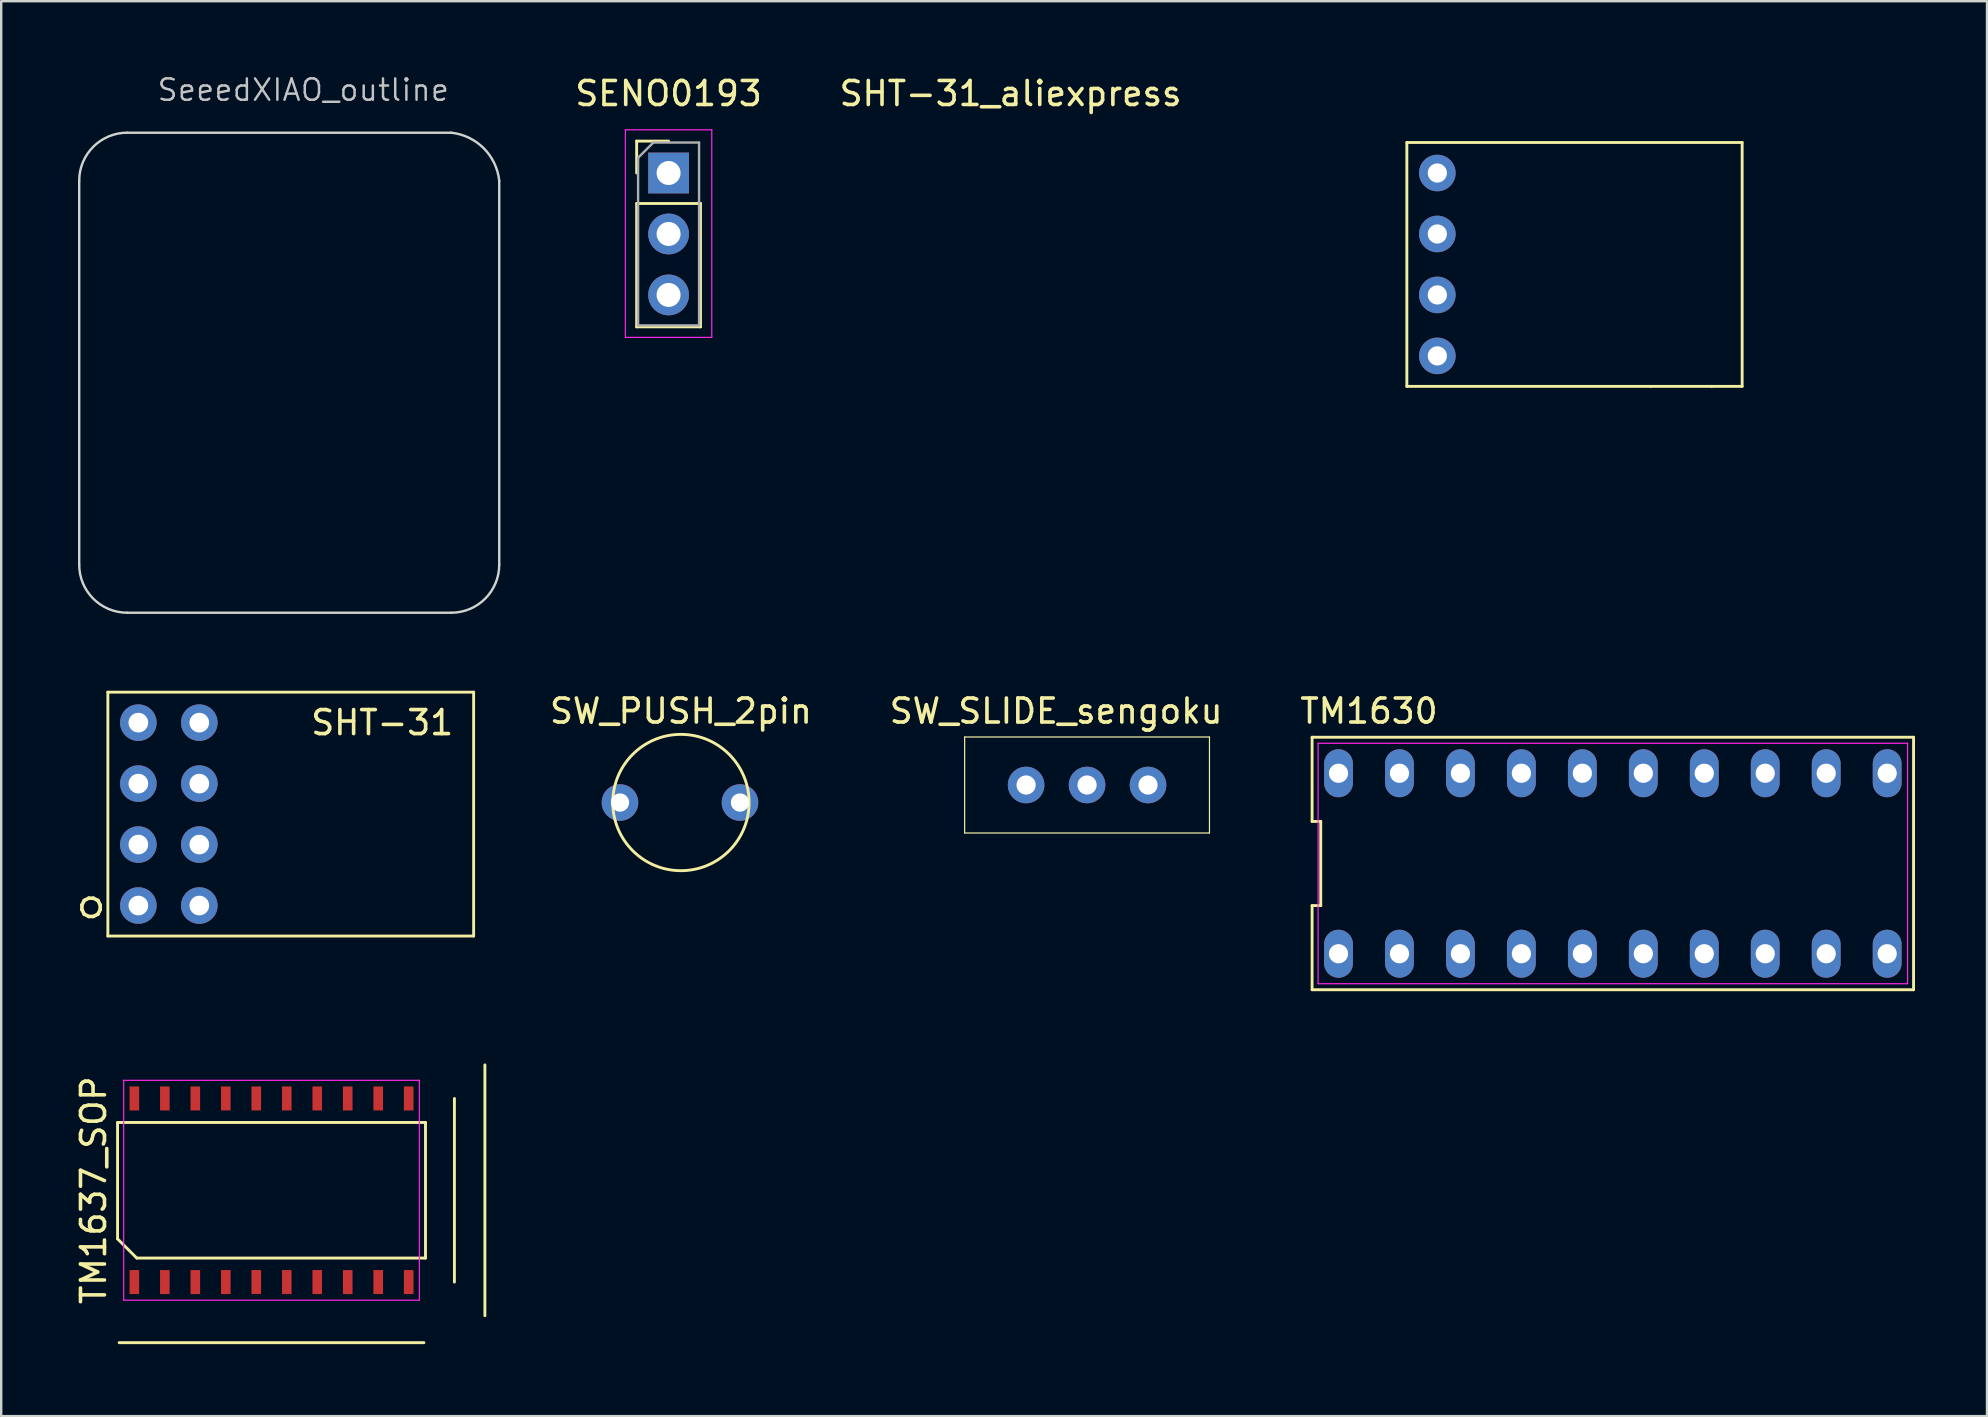
<source format=kicad_pcb>
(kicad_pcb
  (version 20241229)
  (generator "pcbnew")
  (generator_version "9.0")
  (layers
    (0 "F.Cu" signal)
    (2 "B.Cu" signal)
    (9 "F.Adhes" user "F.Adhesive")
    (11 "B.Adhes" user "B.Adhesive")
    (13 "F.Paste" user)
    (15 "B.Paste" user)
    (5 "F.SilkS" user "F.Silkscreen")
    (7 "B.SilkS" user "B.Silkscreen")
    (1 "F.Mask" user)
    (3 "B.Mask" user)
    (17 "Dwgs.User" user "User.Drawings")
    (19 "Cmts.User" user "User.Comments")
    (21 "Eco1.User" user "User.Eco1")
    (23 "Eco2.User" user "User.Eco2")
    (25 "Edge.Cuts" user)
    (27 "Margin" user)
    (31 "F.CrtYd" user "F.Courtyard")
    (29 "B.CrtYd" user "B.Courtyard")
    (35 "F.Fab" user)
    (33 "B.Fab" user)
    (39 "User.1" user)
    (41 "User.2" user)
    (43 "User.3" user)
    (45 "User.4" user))
  (footprint "SHT-31_aliexpress"
    (layer "F.Cu")
    (at 55.566 13.048)
    (property "Reference" "SHT-31_aliexpress" (at -16.51 -12.2 0) (layer "F.SilkS") (effects (font (size 1 1) (thickness 0.15))))
    (attr through_hole)
    (fp_line (start 0 -10.16) (end 13.97 -10.16) (stroke (width 0.12) (type solid)) (layer "F.SilkS"))
    (fp_line (start 0 0) (end 0 -10.16) (stroke (width 0.12) (type solid)) (layer "F.SilkS"))
    (fp_line (start 0 0) (end 10.16 0) (stroke (width 0.12) (type solid)) (layer "F.SilkS"))
    (fp_line (start 10.16 0) (end 12.7 0) (stroke (width 0.12) (type solid)) (layer "F.SilkS"))
    (fp_line (start 12.7 0) (end 13.97 0) (stroke (width 0.12) (type solid)) (layer "F.SilkS"))
    (fp_line (start 13.97 -10.16) (end 13.97 0) (stroke (width 0.12) (type solid)) (layer "F.SilkS"))
    (pad "1" thru_hole circle (at 1.27 -6.35) (size 1.524 1.524) (drill 0.8) (layers "*.Cu" "*.Mask"))
    (pad "2" thru_hole circle (at 1.27 -1.27) (size 1.524 1.524) (drill 0.8) (layers "*.Cu" "*.Mask"))
    (pad "3" thru_hole circle (at 1.27 -3.81) (size 1.524 1.524) (drill 0.8) (layers "*.Cu" "*.Mask"))
    (pad "4" thru_hole circle (at 1.27 -8.89) (size 1.524 1.524) (drill 0.8) (layers "*.Cu" "*.Mask")))
  (footprint "SW_PUSH_2pin"
    (layer "F.Cu")
    (at 22.781 30.387)
    (property "Reference" "SW_PUSH_2pin" (at 2.54 -3.81 0) (layer "F.SilkS") (effects (font (size 1 1) (thickness 0.15))))
    (attr through_hole)
    (fp_circle (center 2.54 0) (end 5.08 1.27) (stroke (width 0.12) (type solid)) (fill no) (layer "F.SilkS"))
    (pad "1" thru_hole circle (at 0 0) (size 1.524 1.524) (drill 0.762) (layers "*.Cu" "*.Mask"))
    (pad "2" thru_hole circle (at 5 0) (size 1.524 1.524) (drill 0.762) (layers "*.Cu" "*.Mask")))
  (footprint "SHT-31"
    (layer "F.Cu")
    (at 1.444 35.949)
    (property "Reference" "SHT-31" (at 11.43 -8.89 0) (layer "F.SilkS") (effects (font (size 1 1) (thickness 0.15))))
    (attr through_hole)
    (fp_line (start 0 -10.16) (end 15.24 -10.16) (stroke (width 0.12) (type solid)) (layer "F.SilkS"))
    (fp_line (start 0 0) (end 0 -10.16) (stroke (width 0.12) (type solid)) (layer "F.SilkS"))
    (fp_line (start 15.24 -10.16) (end 15.24 0) (stroke (width 0.12) (type solid)) (layer "F.SilkS"))
    (fp_line (start 15.24 0) (end 0 0) (stroke (width 0.12) (type solid)) (layer "F.SilkS"))
    (fp_text user "○" (at -0.7 -1.27 0) (layer "F.SilkS") (effects (font (size 1 1) (thickness 0.15))))
    (pad "1" thru_hole circle (at 1.27 -1.27) (size 1.524 1.524) (drill 0.82) (layers "*.Cu" "*.Mask"))
    (pad "2" thru_hole circle (at 1.27 -3.81) (size 1.524 1.524) (drill 0.82) (layers "*.Cu" "*.Mask"))
    (pad "3" thru_hole circle (at 1.27 -6.35) (size 1.524 1.524) (drill 0.82) (layers "*.Cu" "*.Mask"))
    (pad "4" thru_hole circle (at 1.27 -8.89) (size 1.524 1.524) (drill 0.82) (layers "*.Cu" "*.Mask"))
    (pad "5" thru_hole circle (at 3.81 -1.27) (size 1.524 1.524) (drill 0.82) (layers "*.Cu" "*.Mask"))
    (pad "6" thru_hole circle (at 3.81 -3.81) (size 1.524 1.524) (drill 0.82) (layers "*.Cu" "*.Mask"))
    (pad "7" thru_hole circle (at 3.81 -6.35) (size 1.524 1.524) (drill 0.82) (layers "*.Cu" "*.Mask"))
    (pad "8" thru_hole circle (at 3.81 -8.89) (size 1.524 1.524) (drill 0.82) (layers "*.Cu" "*.Mask")))
  (footprint "TM1637_SOP"
    (layer "F.Cu")
    (at 8.263 46.542)
    (property "Reference" "TM1637_SOP" (at -7.415 0 90) (layer "F.SilkS") (effects (font (size 1 1) (thickness 0.15))))
    (attr through_hole)
    (fp_line (start -6.415 -2.825) (end 6.415 -2.825) (stroke (width 0.12) (type solid)) (layer "F.SilkS"))
    (fp_line (start -6.415 2.025) (end -6.415 -2.825) (stroke (width 0.12) (type solid)) (layer "F.SilkS"))
    (fp_line (start -5.615 2.825) (end -6.415 2.025) (stroke (width 0.12) (type solid)) (layer "F.SilkS"))
    (fp_line (start 6.35 6.35) (end -6.35 6.35) (stroke (width 0.12) (type solid)) (layer "F.SilkS"))
    (fp_line (start 6.415 -2.825) (end 6.415 2.825) (stroke (width 0.12) (type solid)) (layer "F.SilkS"))
    (fp_line (start 6.415 2.825) (end -5.615 2.825) (stroke (width 0.12) (type solid)) (layer "F.SilkS"))
    (fp_line (start 7.62 -3.825) (end 7.62 3.825) (stroke (width 0.12) (type solid)) (layer "F.SilkS"))
    (fp_line (start 8.89 -5.225) (end 8.89 5.225) (stroke (width 0.12) (type solid)) (layer "F.SilkS"))
    (fp_line (start -6.16 -4.58) (end 6.16 -4.58) (stroke (width 0.05) (type solid)) (layer "F.CrtYd"))
    (fp_line (start -6.16 4.58) (end -6.16 -4.58) (stroke (width 0.05) (type solid)) (layer "F.CrtYd"))
    (fp_line (start 6.16 -4.58) (end 6.16 4.58) (stroke (width 0.05) (type solid)) (layer "F.CrtYd"))
    (fp_line (start 6.16 4.58) (end -6.16 4.58) (stroke (width 0.05) (type solid)) (layer "F.CrtYd"))
    (pad "1" smd rect (at -5.715 3.825) (size 0.4 1) (layers "F.Cu" "F.Mask" "F.Paste"))
    (pad "2" smd rect (at -4.445 3.825) (size 0.4 1) (layers "F.Cu" "F.Mask" "F.Paste"))
    (pad "3" smd rect (at -3.175 3.825) (size 0.4 1) (layers "F.Cu" "F.Mask" "F.Paste"))
    (pad "4" smd rect (at -1.905 3.825) (size 0.4 1) (layers "F.Cu" "F.Mask" "F.Paste"))
    (pad "5" smd rect (at -0.635 3.825) (size 0.4 1) (layers "F.Cu" "F.Mask" "F.Paste"))
    (pad "6" smd rect (at 0.635 3.825) (size 0.4 1) (layers "F.Cu" "F.Mask" "F.Paste"))
    (pad "7" smd rect (at 1.905 3.825) (size 0.4 1) (layers "F.Cu" "F.Mask" "F.Paste"))
    (pad "8" smd rect (at 3.175 3.825) (size 0.4 1) (layers "F.Cu" "F.Mask" "F.Paste"))
    (pad "9" smd rect (at 4.445 3.825) (size 0.4 1) (layers "F.Cu" "F.Mask" "F.Paste"))
    (pad "10" smd rect (at 5.715 3.825) (size 0.4 1) (layers "F.Cu" "F.Mask" "F.Paste"))
    (pad "11" smd rect (at 5.715 -3.825) (size 0.4 1) (layers "F.Cu" "F.Mask" "F.Paste"))
    (pad "12" smd rect (at 4.445 -3.825) (size 0.4 1) (layers "F.Cu" "F.Mask" "F.Paste"))
    (pad "13" smd rect (at 3.175 -3.825) (size 0.4 1) (layers "F.Cu" "F.Mask" "F.Paste"))
    (pad "14" smd rect (at 1.905 -3.825) (size 0.4 1) (layers "F.Cu" "F.Mask" "F.Paste"))
    (pad "15" smd rect (at 0.635 -3.825) (size 0.4 1) (layers "F.Cu" "F.Mask" "F.Paste"))
    (pad "16" smd rect (at -0.635 -3.825) (size 0.4 1) (layers "F.Cu" "F.Mask" "F.Paste"))
    (pad "17" smd rect (at -1.905 -3.825) (size 0.4 1) (layers "F.Cu" "F.Mask" "F.Paste"))
    (pad "18" smd rect (at -3.175 -3.825) (size 0.4 1) (layers "F.Cu" "F.Mask" "F.Paste"))
    (pad "19" smd rect (at -4.445 -3.825) (size 0.4 1) (layers "F.Cu" "F.Mask" "F.Paste"))
    (pad "20" smd rect (at -5.715 -3.825) (size 0.4 1) (layers "F.Cu" "F.Mask" "F.Paste")))
  (footprint "SW_SLIDE_sengoku"
    (layer "F.Cu")
    (at 37.142 31.657)
    (property "Reference" "SW_SLIDE_sengoku" (at 3.81 -5.08 0) (layer "F.SilkS") (effects (font (size 1 1) (thickness 0.15))))
    (attr through_hole)
    (fp_line (start 0 -4) (end 0 0) (stroke (width 0.05) (type solid)) (layer "F.SilkS"))
    (fp_line (start 10.2 -4) (end 0 -4) (stroke (width 0.05) (type solid)) (layer "F.SilkS"))
    (fp_line (start 10.2 -4) (end 10.2 0) (stroke (width 0.05) (type solid)) (layer "F.SilkS"))
    (fp_line (start 10.2 0) (end 0 0) (stroke (width 0.05) (type solid)) (layer "F.SilkS"))
    (pad "1" thru_hole circle (at 2.56 -2) (size 1.524 1.524) (drill 0.8) (layers "*.Cu" "*.Mask"))
    (pad "2" thru_hole circle (at 5.1 -2) (size 1.524 1.524) (drill 0.8) (layers "*.Cu" "*.Mask"))
    (pad "3" thru_hole circle (at 7.64 -2) (size 1.524 1.524) (drill 0.8) (layers "*.Cu" "*.Mask")))
  (footprint "SeeedXIAO_outline"
    (layer "F.Cu")
    (at 0.25 22.479)
    (property "Reference" "SeeedXIAO_outline" (at 9.335 -21.78 0) (layer "Dwgs.User") (effects (font (size 0.889 0.889) (thickness 0.102))))
    (attr smd)
    (fp_line (start 0 -2) (end 0 -18) (stroke (width 0.1) (type default)) (layer "Edge.Cuts"))
    (fp_line (start 2 -20) (end 15.5 -20) (stroke (width 0.1) (type default)) (layer "Edge.Cuts"))
    (fp_line (start 2 0) (end 15.5 0) (stroke (width 0.1) (type default)) (layer "Edge.Cuts"))
    (fp_line (start 17.5 -2) (end 17.5 -18) (stroke (width 0.1) (type default)) (layer "Edge.Cuts"))
    (fp_arc (start 0 -18) (mid 0.585786 -19.414214) (end 2 -20) (stroke (width 0.1) (type default)) (layer "Edge.Cuts"))
    (fp_arc (start 2 0) (mid 0.585786 -0.585786) (end 0 -2) (stroke (width 0.1) (type default)) (layer "Edge.Cuts"))
    (fp_arc (start 15.5 -20) (mid 16.852941 -19.352941) (end 17.5 -18) (stroke (width 0.1) (type default)) (layer "Edge.Cuts"))
    (fp_arc (start 17.5 -2) (mid 16.914214 -0.585786) (end 15.5 0) (stroke (width 0.1) (type default)) (layer "Edge.Cuts")))
  (footprint "TM1630"
    (layer "F.Cu")
    (at 51.448 38.007)
    (property "Reference" "TM1630" (at 2.54 -11.43 180) (layer "F.SilkS") (effects (font (size 1 1) (thickness 0.15))))
    (attr through_hole)
    (fp_line (start 0.17 -10.34) (end 0.17 -6.833) (stroke (width 0.12) (type solid)) (layer "F.SilkS"))
    (fp_line (start 0.17 -6.833) (end 0.53 -6.833) (stroke (width 0.12) (type solid)) (layer "F.SilkS"))
    (fp_line (start 0.17 -3.327) (end 0.17 0.18) (stroke (width 0.12) (type solid)) (layer "F.SilkS"))
    (fp_line (start 0.17 0.18) (end 25.23 0.18) (stroke (width 0.12) (type solid)) (layer "F.SilkS"))
    (fp_line (start 0.53 -6.833) (end 0.53 -3.327) (stroke (width 0.12) (type solid)) (layer "F.SilkS"))
    (fp_line (start 0.53 -3.327) (end 0.17 -3.327) (stroke (width 0.12) (type solid)) (layer "F.SilkS"))
    (fp_line (start 25.23 -10.34) (end 0.17 -10.34) (stroke (width 0.12) (type solid)) (layer "F.SilkS"))
    (fp_line (start 25.23 0.18) (end 25.23 -10.34) (stroke (width 0.12) (type solid)) (layer "F.SilkS"))
    (fp_line (start 0.42 -10.09) (end 24.98 -10.09) (stroke (width 0.05) (type solid)) (layer "F.CrtYd"))
    (fp_line (start 0.42 -0.07) (end 0.42 -10.09) (stroke (width 0.05) (type solid)) (layer "F.CrtYd"))
    (fp_line (start 24.98 -10.09) (end 24.98 -0.07) (stroke (width 0.05) (type solid)) (layer "F.CrtYd"))
    (fp_line (start 24.98 -0.07) (end 0.42 -0.07) (stroke (width 0.05) (type solid)) (layer "F.CrtYd"))
    (pad "1" thru_hole oval (at 1.27 -1.32) (size 1.2 2) (drill 0.8) (layers "*.Cu" "*.Mask"))
    (pad "2" thru_hole oval (at 3.81 -1.32) (size 1.2 2) (drill 0.8) (layers "*.Cu" "*.Mask"))
    (pad "3" thru_hole oval (at 6.35 -1.32) (size 1.2 2) (drill 0.8) (layers "*.Cu" "*.Mask"))
    (pad "4" thru_hole oval (at 8.89 -1.32) (size 1.2 2) (drill 0.8) (layers "*.Cu" "*.Mask"))
    (pad "5" thru_hole oval (at 11.43 -1.32) (size 1.2 2) (drill 0.8) (layers "*.Cu" "*.Mask"))
    (pad "6" thru_hole oval (at 13.97 -1.32) (size 1.2 2) (drill 0.8) (layers "*.Cu" "*.Mask"))
    (pad "7" thru_hole oval (at 16.51 -1.32) (size 1.2 2) (drill 0.8) (layers "*.Cu" "*.Mask"))
    (pad "8" thru_hole oval (at 19.05 -1.32) (size 1.2 2) (drill 0.8) (layers "*.Cu" "*.Mask"))
    (pad "9" thru_hole oval (at 21.59 -1.32) (size 1.2 2) (drill 0.8) (layers "*.Cu" "*.Mask"))
    (pad "10" thru_hole oval (at 24.13 -1.32) (size 1.2 2) (drill 0.8) (layers "*.Cu" "*.Mask"))
    (pad "11" thru_hole oval (at 24.13 -8.84) (size 1.2 2) (drill 0.8) (layers "*.Cu" "*.Mask"))
    (pad "12" thru_hole oval (at 21.59 -8.84) (size 1.2 2) (drill 0.8) (layers "*.Cu" "*.Mask"))
    (pad "13" thru_hole oval (at 19.05 -8.84) (size 1.2 2) (drill 0.8) (layers "*.Cu" "*.Mask"))
    (pad "14" thru_hole oval (at 16.51 -8.84) (size 1.2 2) (drill 0.8) (layers "*.Cu" "*.Mask"))
    (pad "15" thru_hole oval (at 13.97 -8.84) (size 1.2 2) (drill 0.8) (layers "*.Cu" "*.Mask"))
    (pad "16" thru_hole oval (at 11.43 -8.84) (size 1.2 2) (drill 0.8) (layers "*.Cu" "*.Mask"))
    (pad "17" thru_hole oval (at 8.89 -8.84) (size 1.2 2) (drill 0.8) (layers "*.Cu" "*.Mask"))
    (pad "18" thru_hole oval (at 6.35 -8.84) (size 1.2 2) (drill 0.8) (layers "*.Cu" "*.Mask"))
    (pad "19" thru_hole oval (at 3.81 -8.84) (size 1.2 2) (drill 0.8) (layers "*.Cu" "*.Mask"))
    (pad "20" thru_hole oval (at 1.27 -8.84) (size 1.2 2) (drill 0.8) (layers "*.Cu" "*.Mask")))
  (footprint "SENO0193"
    (layer "F.Cu")
    (at 23.536 10.508)
    (property "Reference" "SENO0193" (at 1.27 -9.66 0) (layer "F.SilkS") (effects (font (size 1 1) (thickness 0.15))))
    (attr through_hole)
    (fp_line (start -0.06 -7.68) (end 1.27 -7.68) (stroke (width 0.12) (type solid)) (layer "F.SilkS"))
    (fp_line (start -0.06 -6.35) (end -0.06 -7.68) (stroke (width 0.12) (type solid)) (layer "F.SilkS"))
    (fp_line (start -0.06 -5.08) (end -0.06 0.06) (stroke (width 0.12) (type solid)) (layer "F.SilkS"))
    (fp_line (start -0.06 -5.08) (end 2.6 -5.08) (stroke (width 0.12) (type solid)) (layer "F.SilkS"))
    (fp_line (start -0.06 0.06) (end 2.6 0.06) (stroke (width 0.12) (type solid)) (layer "F.SilkS"))
    (fp_line (start 2.6 -5.08) (end 2.6 0.06) (stroke (width 0.12) (type solid)) (layer "F.SilkS"))
    (fp_line (start -0.53 -8.15) (end -0.53 0.5) (stroke (width 0.05) (type solid)) (layer "F.CrtYd"))
    (fp_line (start -0.53 0.5) (end 3.07 0.5) (stroke (width 0.05) (type solid)) (layer "F.CrtYd"))
    (fp_line (start 3.07 -8.15) (end -0.53 -8.15) (stroke (width 0.05) (type solid)) (layer "F.CrtYd"))
    (fp_line (start 3.07 0.5) (end 3.07 -8.15) (stroke (width 0.05) (type solid)) (layer "F.CrtYd"))
    (fp_line (start 0 -6.985) (end 0.635 -7.62) (stroke (width 0.1) (type solid)) (layer "F.Fab"))
    (fp_line (start 0 0) (end 0 -6.985) (stroke (width 0.1) (type solid)) (layer "F.Fab"))
    (fp_line (start 0.635 -7.62) (end 2.54 -7.62) (stroke (width 0.1) (type solid)) (layer "F.Fab"))
    (fp_line (start 2.54 -7.62) (end 2.54 0) (stroke (width 0.1) (type solid)) (layer "F.Fab"))
    (fp_line (start 2.54 0) (end 0 0) (stroke (width 0.1) (type solid)) (layer "F.Fab"))
    (pad "1" thru_hole rect (at 1.27 -6.35) (size 1.7 1.7) (drill 1) (layers "*.Cu" "*.Mask"))
    (pad "2" thru_hole oval (at 1.27 -3.81) (size 1.7 1.7) (drill 1) (layers "*.Cu" "*.Mask"))
    (pad "3" thru_hole oval (at 1.27 -1.27) (size 1.7 1.7) (drill 1) (layers "*.Cu" "*.Mask")))
  (gr_rect
    (start -3 -3)
    (end 79.738 55.952)
    (stroke (width 0.1) (type default))
    (fill no)
    (layer "Edge.Cuts")))
</source>
